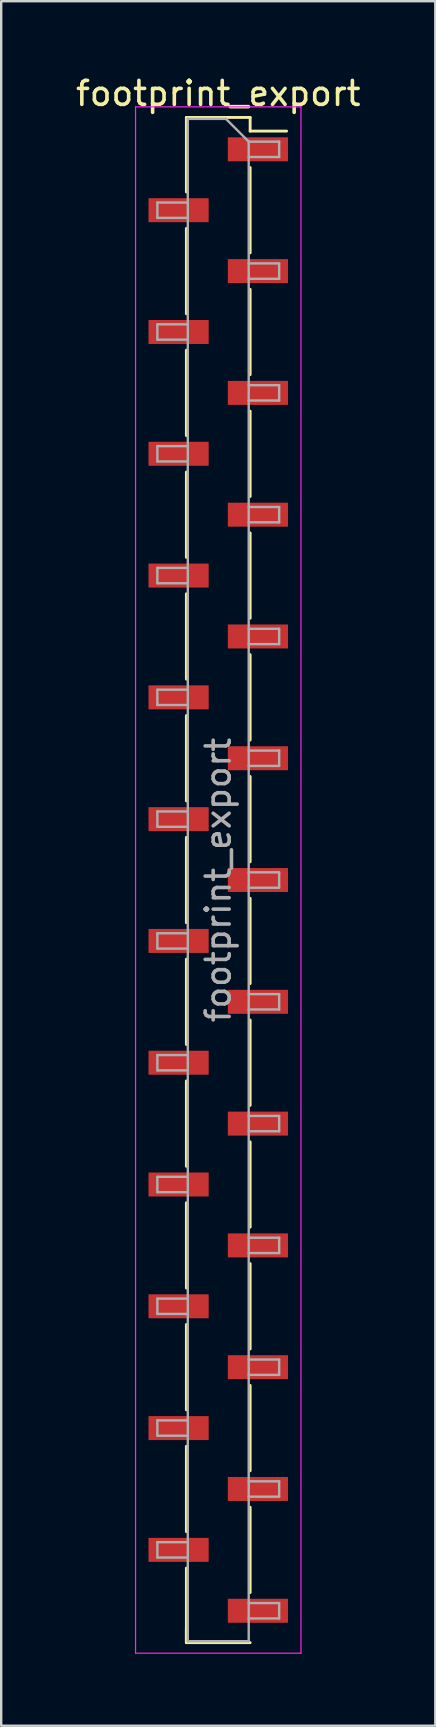
<source format=kicad_pcb>
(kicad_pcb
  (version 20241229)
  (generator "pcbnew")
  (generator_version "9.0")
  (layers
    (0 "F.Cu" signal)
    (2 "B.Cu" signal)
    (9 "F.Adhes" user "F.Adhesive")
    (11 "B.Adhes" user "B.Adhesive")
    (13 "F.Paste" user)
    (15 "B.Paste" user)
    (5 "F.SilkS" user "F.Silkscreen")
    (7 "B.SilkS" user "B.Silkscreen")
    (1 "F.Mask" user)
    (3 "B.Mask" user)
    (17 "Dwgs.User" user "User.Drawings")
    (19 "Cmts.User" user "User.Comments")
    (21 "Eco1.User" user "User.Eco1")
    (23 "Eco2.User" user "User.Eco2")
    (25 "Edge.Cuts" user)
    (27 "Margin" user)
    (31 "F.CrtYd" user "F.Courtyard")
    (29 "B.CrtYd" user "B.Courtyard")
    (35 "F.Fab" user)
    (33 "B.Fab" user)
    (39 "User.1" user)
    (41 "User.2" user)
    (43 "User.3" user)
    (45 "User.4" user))
  (footprint "footprint_export"
    (layer "F.Cu")
    (at 6.054 33.658)
    (property "Reference" "footprint_export" (at 0 -32.81 0) (layer "F.SilkS") (effects (font (size 1 1) (thickness 0.15))))
    (attr smd)
    (fp_line (start -1.33 -31.81) (end -1.33 -28.7) (stroke (width 0.12) (type solid)) (layer "F.SilkS"))
    (fp_line (start -1.33 -31.81) (end 1.33 -31.81) (stroke (width 0.12) (type solid)) (layer "F.SilkS"))
    (fp_line (start -1.33 -27.18) (end -1.33 -23.62) (stroke (width 0.12) (type solid)) (layer "F.SilkS"))
    (fp_line (start -1.33 -22.1) (end -1.33 -18.54) (stroke (width 0.12) (type solid)) (layer "F.SilkS"))
    (fp_line (start -1.33 -17.02) (end -1.33 -13.46) (stroke (width 0.12) (type solid)) (layer "F.SilkS"))
    (fp_line (start -1.33 -11.94) (end -1.33 -8.38) (stroke (width 0.12) (type solid)) (layer "F.SilkS"))
    (fp_line (start -1.33 -6.86) (end -1.33 -3.3) (stroke (width 0.12) (type solid)) (layer "F.SilkS"))
    (fp_line (start -1.33 -1.78) (end -1.33 1.78) (stroke (width 0.12) (type solid)) (layer "F.SilkS"))
    (fp_line (start -1.33 3.3) (end -1.33 6.86) (stroke (width 0.12) (type solid)) (layer "F.SilkS"))
    (fp_line (start -1.33 8.38) (end -1.33 11.94) (stroke (width 0.12) (type solid)) (layer "F.SilkS"))
    (fp_line (start -1.33 13.46) (end -1.33 17.02) (stroke (width 0.12) (type solid)) (layer "F.SilkS"))
    (fp_line (start -1.33 18.54) (end -1.33 22.1) (stroke (width 0.12) (type solid)) (layer "F.SilkS"))
    (fp_line (start -1.33 23.62) (end -1.33 27.18) (stroke (width 0.12) (type solid)) (layer "F.SilkS"))
    (fp_line (start -1.33 28.7) (end -1.33 31.81) (stroke (width 0.12) (type solid)) (layer "F.SilkS"))
    (fp_line (start -1.33 31.24) (end -1.33 31.81) (stroke (width 0.12) (type solid)) (layer "F.SilkS"))
    (fp_line (start -1.33 31.81) (end 1.33 31.81) (stroke (width 0.12) (type solid)) (layer "F.SilkS"))
    (fp_line (start 1.33 -31.81) (end 1.33 -31.24) (stroke (width 0.12) (type solid)) (layer "F.SilkS"))
    (fp_line (start 1.33 -31.24) (end 2.85 -31.24) (stroke (width 0.12) (type solid)) (layer "F.SilkS"))
    (fp_line (start 1.33 -29.72) (end 1.33 -26.16) (stroke (width 0.12) (type solid)) (layer "F.SilkS"))
    (fp_line (start 1.33 -24.64) (end 1.33 -21.08) (stroke (width 0.12) (type solid)) (layer "F.SilkS"))
    (fp_line (start 1.33 -19.56) (end 1.33 -16) (stroke (width 0.12) (type solid)) (layer "F.SilkS"))
    (fp_line (start 1.33 -14.48) (end 1.33 -10.92) (stroke (width 0.12) (type solid)) (layer "F.SilkS"))
    (fp_line (start 1.33 -9.4) (end 1.33 -5.84) (stroke (width 0.12) (type solid)) (layer "F.SilkS"))
    (fp_line (start 1.33 -4.32) (end 1.33 -0.76) (stroke (width 0.12) (type solid)) (layer "F.SilkS"))
    (fp_line (start 1.33 0.76) (end 1.33 4.32) (stroke (width 0.12) (type solid)) (layer "F.SilkS"))
    (fp_line (start 1.33 5.84) (end 1.33 9.4) (stroke (width 0.12) (type solid)) (layer "F.SilkS"))
    (fp_line (start 1.33 10.92) (end 1.33 14.48) (stroke (width 0.12) (type solid)) (layer "F.SilkS"))
    (fp_line (start 1.33 16) (end 1.33 19.56) (stroke (width 0.12) (type solid)) (layer "F.SilkS"))
    (fp_line (start 1.33 21.08) (end 1.33 24.64) (stroke (width 0.12) (type solid)) (layer "F.SilkS"))
    (fp_line (start 1.33 26.16) (end 1.33 29.72) (stroke (width 0.12) (type solid)) (layer "F.SilkS"))
    (fp_line (start -3.45 -32.25) (end -3.45 32.25) (stroke (width 0.05) (type solid)) (layer "F.CrtYd"))
    (fp_line (start -3.45 32.25) (end 3.45 32.25) (stroke (width 0.05) (type solid)) (layer "F.CrtYd"))
    (fp_line (start 3.45 -32.25) (end -3.45 -32.25) (stroke (width 0.05) (type solid)) (layer "F.CrtYd"))
    (fp_line (start 3.45 32.25) (end 3.45 -32.25) (stroke (width 0.05) (type solid)) (layer "F.CrtYd"))
    (fp_line (start -2.54 -28.26) (end -2.54 -27.62) (stroke (width 0.1) (type solid)) (layer "F.Fab"))
    (fp_line (start -2.54 -27.62) (end -1.27 -27.62) (stroke (width 0.1) (type solid)) (layer "F.Fab"))
    (fp_line (start -2.54 -23.18) (end -2.54 -22.54) (stroke (width 0.1) (type solid)) (layer "F.Fab"))
    (fp_line (start -2.54 -22.54) (end -1.27 -22.54) (stroke (width 0.1) (type solid)) (layer "F.Fab"))
    (fp_line (start -2.54 -18.1) (end -2.54 -17.46) (stroke (width 0.1) (type solid)) (layer "F.Fab"))
    (fp_line (start -2.54 -17.46) (end -1.27 -17.46) (stroke (width 0.1) (type solid)) (layer "F.Fab"))
    (fp_line (start -2.54 -13.02) (end -2.54 -12.38) (stroke (width 0.1) (type solid)) (layer "F.Fab"))
    (fp_line (start -2.54 -12.38) (end -1.27 -12.38) (stroke (width 0.1) (type solid)) (layer "F.Fab"))
    (fp_line (start -2.54 -7.94) (end -2.54 -7.3) (stroke (width 0.1) (type solid)) (layer "F.Fab"))
    (fp_line (start -2.54 -7.3) (end -1.27 -7.3) (stroke (width 0.1) (type solid)) (layer "F.Fab"))
    (fp_line (start -2.54 -2.86) (end -2.54 -2.22) (stroke (width 0.1) (type solid)) (layer "F.Fab"))
    (fp_line (start -2.54 -2.22) (end -1.27 -2.22) (stroke (width 0.1) (type solid)) (layer "F.Fab"))
    (fp_line (start -2.54 2.22) (end -2.54 2.86) (stroke (width 0.1) (type solid)) (layer "F.Fab"))
    (fp_line (start -2.54 2.86) (end -1.27 2.86) (stroke (width 0.1) (type solid)) (layer "F.Fab"))
    (fp_line (start -2.54 7.3) (end -2.54 7.94) (stroke (width 0.1) (type solid)) (layer "F.Fab"))
    (fp_line (start -2.54 7.94) (end -1.27 7.94) (stroke (width 0.1) (type solid)) (layer "F.Fab"))
    (fp_line (start -2.54 12.38) (end -2.54 13.02) (stroke (width 0.1) (type solid)) (layer "F.Fab"))
    (fp_line (start -2.54 13.02) (end -1.27 13.02) (stroke (width 0.1) (type solid)) (layer "F.Fab"))
    (fp_line (start -2.54 17.46) (end -2.54 18.1) (stroke (width 0.1) (type solid)) (layer "F.Fab"))
    (fp_line (start -2.54 18.1) (end -1.27 18.1) (stroke (width 0.1) (type solid)) (layer "F.Fab"))
    (fp_line (start -2.54 22.54) (end -2.54 23.18) (stroke (width 0.1) (type solid)) (layer "F.Fab"))
    (fp_line (start -2.54 23.18) (end -1.27 23.18) (stroke (width 0.1) (type solid)) (layer "F.Fab"))
    (fp_line (start -2.54 27.62) (end -2.54 28.26) (stroke (width 0.1) (type solid)) (layer "F.Fab"))
    (fp_line (start -2.54 28.26) (end -1.27 28.26) (stroke (width 0.1) (type solid)) (layer "F.Fab"))
    (fp_line (start -1.27 -31.75) (end -1.27 31.75) (stroke (width 0.1) (type solid)) (layer "F.Fab"))
    (fp_line (start -1.27 -31.75) (end 0.32 -31.75) (stroke (width 0.1) (type solid)) (layer "F.Fab"))
    (fp_line (start -1.27 -28.26) (end -2.54 -28.26) (stroke (width 0.1) (type solid)) (layer "F.Fab"))
    (fp_line (start -1.27 -23.18) (end -2.54 -23.18) (stroke (width 0.1) (type solid)) (layer "F.Fab"))
    (fp_line (start -1.27 -18.1) (end -2.54 -18.1) (stroke (width 0.1) (type solid)) (layer "F.Fab"))
    (fp_line (start -1.27 -13.02) (end -2.54 -13.02) (stroke (width 0.1) (type solid)) (layer "F.Fab"))
    (fp_line (start -1.27 -7.94) (end -2.54 -7.94) (stroke (width 0.1) (type solid)) (layer "F.Fab"))
    (fp_line (start -1.27 -2.86) (end -2.54 -2.86) (stroke (width 0.1) (type solid)) (layer "F.Fab"))
    (fp_line (start -1.27 2.22) (end -2.54 2.22) (stroke (width 0.1) (type solid)) (layer "F.Fab"))
    (fp_line (start -1.27 7.3) (end -2.54 7.3) (stroke (width 0.1) (type solid)) (layer "F.Fab"))
    (fp_line (start -1.27 12.38) (end -2.54 12.38) (stroke (width 0.1) (type solid)) (layer "F.Fab"))
    (fp_line (start -1.27 17.46) (end -2.54 17.46) (stroke (width 0.1) (type solid)) (layer "F.Fab"))
    (fp_line (start -1.27 22.54) (end -2.54 22.54) (stroke (width 0.1) (type solid)) (layer "F.Fab"))
    (fp_line (start -1.27 27.62) (end -2.54 27.62) (stroke (width 0.1) (type solid)) (layer "F.Fab"))
    (fp_line (start 1.27 -30.8) (end 0.32 -31.75) (stroke (width 0.1) (type solid)) (layer "F.Fab"))
    (fp_line (start 1.27 -30.8) (end 2.54 -30.8) (stroke (width 0.1) (type solid)) (layer "F.Fab"))
    (fp_line (start 1.27 -25.72) (end 2.54 -25.72) (stroke (width 0.1) (type solid)) (layer "F.Fab"))
    (fp_line (start 1.27 -20.64) (end 2.54 -20.64) (stroke (width 0.1) (type solid)) (layer "F.Fab"))
    (fp_line (start 1.27 -15.56) (end 2.54 -15.56) (stroke (width 0.1) (type solid)) (layer "F.Fab"))
    (fp_line (start 1.27 -10.48) (end 2.54 -10.48) (stroke (width 0.1) (type solid)) (layer "F.Fab"))
    (fp_line (start 1.27 -5.4) (end 2.54 -5.4) (stroke (width 0.1) (type solid)) (layer "F.Fab"))
    (fp_line (start 1.27 -0.32) (end 2.54 -0.32) (stroke (width 0.1) (type solid)) (layer "F.Fab"))
    (fp_line (start 1.27 4.76) (end 2.54 4.76) (stroke (width 0.1) (type solid)) (layer "F.Fab"))
    (fp_line (start 1.27 9.84) (end 2.54 9.84) (stroke (width 0.1) (type solid)) (layer "F.Fab"))
    (fp_line (start 1.27 14.92) (end 2.54 14.92) (stroke (width 0.1) (type solid)) (layer "F.Fab"))
    (fp_line (start 1.27 20) (end 2.54 20) (stroke (width 0.1) (type solid)) (layer "F.Fab"))
    (fp_line (start 1.27 25.08) (end 2.54 25.08) (stroke (width 0.1) (type solid)) (layer "F.Fab"))
    (fp_line (start 1.27 30.16) (end 2.54 30.16) (stroke (width 0.1) (type solid)) (layer "F.Fab"))
    (fp_line (start 1.27 31.75) (end -1.27 31.75) (stroke (width 0.1) (type solid)) (layer "F.Fab"))
    (fp_line (start 1.27 31.75) (end 1.27 -30.8) (stroke (width 0.1) (type solid)) (layer "F.Fab"))
    (fp_line (start 2.54 -30.8) (end 2.54 -30.16) (stroke (width 0.1) (type solid)) (layer "F.Fab"))
    (fp_line (start 2.54 -30.16) (end 1.27 -30.16) (stroke (width 0.1) (type solid)) (layer "F.Fab"))
    (fp_line (start 2.54 -25.72) (end 2.54 -25.08) (stroke (width 0.1) (type solid)) (layer "F.Fab"))
    (fp_line (start 2.54 -25.08) (end 1.27 -25.08) (stroke (width 0.1) (type solid)) (layer "F.Fab"))
    (fp_line (start 2.54 -20.64) (end 2.54 -20) (stroke (width 0.1) (type solid)) (layer "F.Fab"))
    (fp_line (start 2.54 -20) (end 1.27 -20) (stroke (width 0.1) (type solid)) (layer "F.Fab"))
    (fp_line (start 2.54 -15.56) (end 2.54 -14.92) (stroke (width 0.1) (type solid)) (layer "F.Fab"))
    (fp_line (start 2.54 -14.92) (end 1.27 -14.92) (stroke (width 0.1) (type solid)) (layer "F.Fab"))
    (fp_line (start 2.54 -10.48) (end 2.54 -9.84) (stroke (width 0.1) (type solid)) (layer "F.Fab"))
    (fp_line (start 2.54 -9.84) (end 1.27 -9.84) (stroke (width 0.1) (type solid)) (layer "F.Fab"))
    (fp_line (start 2.54 -5.4) (end 2.54 -4.76) (stroke (width 0.1) (type solid)) (layer "F.Fab"))
    (fp_line (start 2.54 -4.76) (end 1.27 -4.76) (stroke (width 0.1) (type solid)) (layer "F.Fab"))
    (fp_line (start 2.54 -0.32) (end 2.54 0.32) (stroke (width 0.1) (type solid)) (layer "F.Fab"))
    (fp_line (start 2.54 0.32) (end 1.27 0.32) (stroke (width 0.1) (type solid)) (layer "F.Fab"))
    (fp_line (start 2.54 4.76) (end 2.54 5.4) (stroke (width 0.1) (type solid)) (layer "F.Fab"))
    (fp_line (start 2.54 5.4) (end 1.27 5.4) (stroke (width 0.1) (type solid)) (layer "F.Fab"))
    (fp_line (start 2.54 9.84) (end 2.54 10.48) (stroke (width 0.1) (type solid)) (layer "F.Fab"))
    (fp_line (start 2.54 10.48) (end 1.27 10.48) (stroke (width 0.1) (type solid)) (layer "F.Fab"))
    (fp_line (start 2.54 14.92) (end 2.54 15.56) (stroke (width 0.1) (type solid)) (layer "F.Fab"))
    (fp_line (start 2.54 15.56) (end 1.27 15.56) (stroke (width 0.1) (type solid)) (layer "F.Fab"))
    (fp_line (start 2.54 20) (end 2.54 20.64) (stroke (width 0.1) (type solid)) (layer "F.Fab"))
    (fp_line (start 2.54 20.64) (end 1.27 20.64) (stroke (width 0.1) (type solid)) (layer "F.Fab"))
    (fp_line (start 2.54 25.08) (end 2.54 25.72) (stroke (width 0.1) (type solid)) (layer "F.Fab"))
    (fp_line (start 2.54 25.72) (end 1.27 25.72) (stroke (width 0.1) (type solid)) (layer "F.Fab"))
    (fp_line (start 2.54 30.16) (end 2.54 30.8) (stroke (width 0.1) (type solid)) (layer "F.Fab"))
    (fp_line (start 2.54 30.8) (end 1.27 30.8) (stroke (width 0.1) (type solid)) (layer "F.Fab"))
    (fp_text user "${REFERENCE}" (at 0 0 90) (layer "F.Fab") (effects (font (size 1 1) (thickness 0.15))))
    (pad "1" smd rect (at 1.655 -30.48) (size 2.51 1) (layers "F.Cu" "F.Mask" "F.Paste"))
    (pad "2" smd rect (at -1.655 -27.94) (size 2.51 1) (layers "F.Cu" "F.Mask" "F.Paste"))
    (pad "3" smd rect (at 1.655 -25.4) (size 2.51 1) (layers "F.Cu" "F.Mask" "F.Paste"))
    (pad "4" smd rect (at -1.655 -22.86) (size 2.51 1) (layers "F.Cu" "F.Mask" "F.Paste"))
    (pad "5" smd rect (at 1.655 -20.32) (size 2.51 1) (layers "F.Cu" "F.Mask" "F.Paste"))
    (pad "6" smd rect (at -1.655 -17.78) (size 2.51 1) (layers "F.Cu" "F.Mask" "F.Paste"))
    (pad "7" smd rect (at 1.655 -15.24) (size 2.51 1) (layers "F.Cu" "F.Mask" "F.Paste"))
    (pad "8" smd rect (at -1.655 -12.7) (size 2.51 1) (layers "F.Cu" "F.Mask" "F.Paste"))
    (pad "9" smd rect (at 1.655 -10.16) (size 2.51 1) (layers "F.Cu" "F.Mask" "F.Paste"))
    (pad "10" smd rect (at -1.655 -7.62) (size 2.51 1) (layers "F.Cu" "F.Mask" "F.Paste"))
    (pad "11" smd rect (at 1.655 -5.08) (size 2.51 1) (layers "F.Cu" "F.Mask" "F.Paste"))
    (pad "12" smd rect (at -1.655 -2.54) (size 2.51 1) (layers "F.Cu" "F.Mask" "F.Paste"))
    (pad "13" smd rect (at 1.655 0) (size 2.51 1) (layers "F.Cu" "F.Mask" "F.Paste"))
    (pad "14" smd rect (at -1.655 2.54) (size 2.51 1) (layers "F.Cu" "F.Mask" "F.Paste"))
    (pad "15" smd rect (at 1.655 5.08) (size 2.51 1) (layers "F.Cu" "F.Mask" "F.Paste"))
    (pad "16" smd rect (at -1.655 7.62) (size 2.51 1) (layers "F.Cu" "F.Mask" "F.Paste"))
    (pad "17" smd rect (at 1.655 10.16) (size 2.51 1) (layers "F.Cu" "F.Mask" "F.Paste"))
    (pad "18" smd rect (at -1.655 12.7) (size 2.51 1) (layers "F.Cu" "F.Mask" "F.Paste"))
    (pad "19" smd rect (at 1.655 15.24) (size 2.51 1) (layers "F.Cu" "F.Mask" "F.Paste"))
    (pad "20" smd rect (at -1.655 17.78) (size 2.51 1) (layers "F.Cu" "F.Mask" "F.Paste"))
    (pad "21" smd rect (at 1.655 20.32) (size 2.51 1) (layers "F.Cu" "F.Mask" "F.Paste"))
    (pad "22" smd rect (at -1.655 22.86) (size 2.51 1) (layers "F.Cu" "F.Mask" "F.Paste"))
    (pad "23" smd rect (at 1.655 25.4) (size 2.51 1) (layers "F.Cu" "F.Mask" "F.Paste"))
    (pad "24" smd rect (at -1.655 27.94) (size 2.51 1) (layers "F.Cu" "F.Mask" "F.Paste"))
    (pad "25" smd rect (at 1.655 30.48) (size 2.51 1) (layers "F.Cu" "F.Mask" "F.Paste")))
  (gr_rect
    (start -3 -3)
    (end 15.107 68.933)
    (stroke (width 0.1) (type default))
    (fill no)
    (layer "Edge.Cuts")))
</source>
